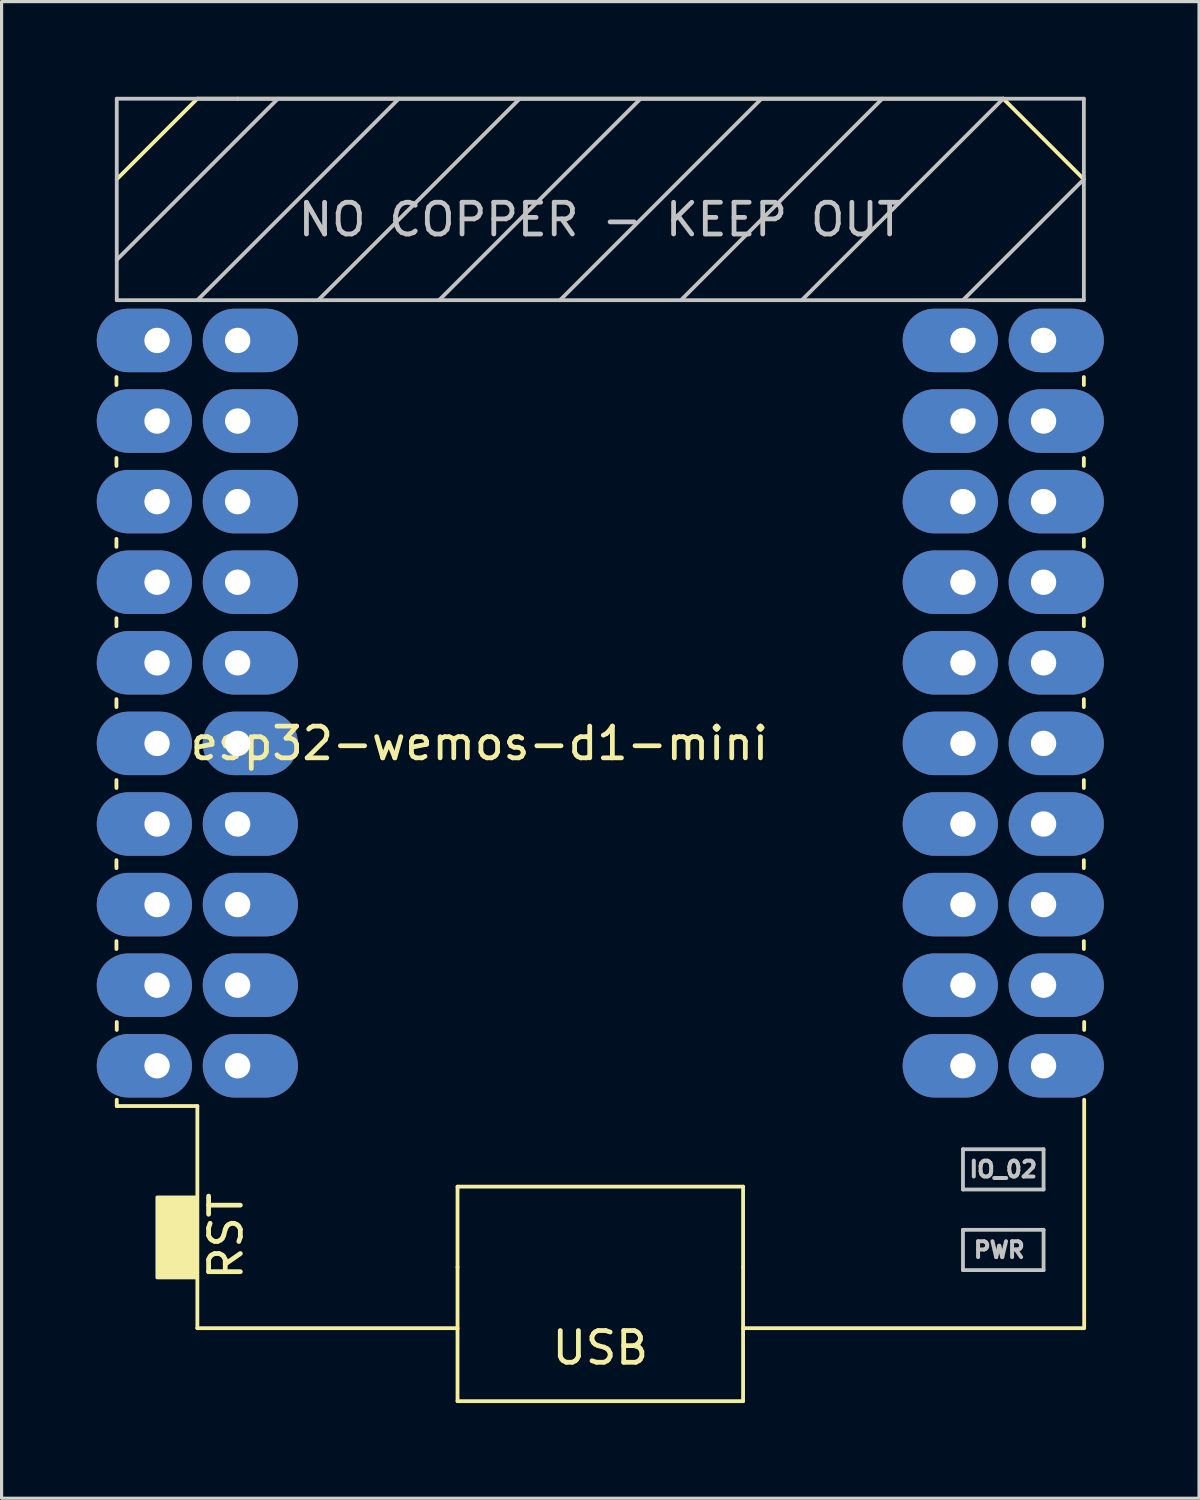
<source format=kicad_pcb>
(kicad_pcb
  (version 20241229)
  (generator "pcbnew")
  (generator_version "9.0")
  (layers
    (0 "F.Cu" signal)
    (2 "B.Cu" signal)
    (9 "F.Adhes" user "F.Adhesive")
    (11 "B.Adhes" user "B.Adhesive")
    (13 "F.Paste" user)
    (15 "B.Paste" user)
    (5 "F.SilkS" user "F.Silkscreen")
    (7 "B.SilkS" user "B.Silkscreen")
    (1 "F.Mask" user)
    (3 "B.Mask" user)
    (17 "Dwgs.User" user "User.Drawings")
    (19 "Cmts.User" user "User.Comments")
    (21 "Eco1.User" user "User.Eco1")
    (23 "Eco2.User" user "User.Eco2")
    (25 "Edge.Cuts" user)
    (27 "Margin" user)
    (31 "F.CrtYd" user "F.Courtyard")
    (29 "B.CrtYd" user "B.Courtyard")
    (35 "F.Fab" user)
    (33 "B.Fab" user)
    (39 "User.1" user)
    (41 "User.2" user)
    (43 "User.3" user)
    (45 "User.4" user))
  (footprint "esp32-wemos-d1-mini"
    (layer "F.Cu")
    (at 15.87 19.11)
    (property "Reference" "esp32-wemos-d1-mini" (at -3.81 1.27 0) (layer "F.SilkS") (effects (font (size 1 1) (thickness 0.15))))
    (attr through_hole)
    (fp_line (start -15.25 -10.025) (end -15.25 -10.275) (stroke (width 0.12) (type solid)) (layer "F.SilkS"))
    (fp_line (start -15.25 -7.475) (end -15.25 -7.725) (stroke (width 0.12) (type solid)) (layer "F.SilkS"))
    (fp_line (start -15.25 -4.925) (end -15.25 -5.175) (stroke (width 0.12) (type solid)) (layer "F.SilkS"))
    (fp_line (start -15.25 -2.425) (end -15.25 -2.675) (stroke (width 0.12) (type solid)) (layer "F.SilkS"))
    (fp_line (start -15.25 0.125) (end -15.25 -0.125) (stroke (width 0.12) (type solid)) (layer "F.SilkS"))
    (fp_line (start -15.25 2.675) (end -15.25 2.425) (stroke (width 0.12) (type solid)) (layer "F.SilkS"))
    (fp_line (start -15.25 5.2) (end -15.25 4.95) (stroke (width 0.12) (type solid)) (layer "F.SilkS"))
    (fp_line (start -15.25 7.75) (end -15.25 7.5) (stroke (width 0.12) (type solid)) (layer "F.SilkS"))
    (fp_line (start -15.24 10.3) (end -15.24 10.05) (stroke (width 0.12) (type solid)) (layer "F.SilkS"))
    (fp_line (start -15.24 12.5) (end -15.24 12.7) (stroke (width 0.12) (type solid)) (layer "F.SilkS"))
    (fp_line (start -15.24 12.7) (end -12.7 12.7) (stroke (width 0.12) (type solid)) (layer "F.SilkS"))
    (fp_line (start -12.7 -19.05) (end -15.24 -16.51) (stroke (width 0.12) (type solid)) (layer "F.SilkS"))
    (fp_line (start -12.7 -19.05) (end -11.43 -19.05) (stroke (width 0.12) (type solid)) (layer "F.SilkS"))
    (fp_line (start -12.7 12.7) (end -12.7 19.7) (stroke (width 0.12) (type solid)) (layer "F.SilkS"))
    (fp_line (start -12.7 19.7) (end -4.5 19.7) (stroke (width 0.12) (type solid)) (layer "F.SilkS"))
    (fp_line (start -4.5 15.24) (end 4.5 15.24) (stroke (width 0.12) (type solid)) (layer "F.SilkS"))
    (fp_line (start -4.5 17.78) (end -4.5 15.24) (stroke (width 0.12) (type solid)) (layer "F.SilkS"))
    (fp_line (start -4.5 17.78) (end -4.5 22) (stroke (width 0.12) (type solid)) (layer "F.SilkS"))
    (fp_line (start -4.5 22) (end 4.5 22) (stroke (width 0.12) (type solid)) (layer "F.SilkS"))
    (fp_line (start 4.5 15.24) (end 4.5 17.78) (stroke (width 0.12) (type solid)) (layer "F.SilkS"))
    (fp_line (start 4.5 19.7) (end 15.24 19.7) (stroke (width 0.12) (type solid)) (layer "F.SilkS"))
    (fp_line (start 4.5 22) (end 4.5 17.78) (stroke (width 0.12) (type solid)) (layer "F.SilkS"))
    (fp_line (start 12.7 -19.05) (end -11.43 -19.05) (stroke (width 0.12) (type solid)) (layer "F.SilkS"))
    (fp_line (start 12.7 -19.05) (end 15.24 -16.51) (stroke (width 0.12) (type solid)) (layer "F.SilkS"))
    (fp_line (start 15.24 -10.025) (end 15.24 -10.275) (stroke (width 0.12) (type solid)) (layer "F.SilkS"))
    (fp_line (start 15.24 -7.475) (end 15.24 -7.725) (stroke (width 0.12) (type solid)) (layer "F.SilkS"))
    (fp_line (start 15.24 -4.925) (end 15.24 -5.175) (stroke (width 0.12) (type solid)) (layer "F.SilkS"))
    (fp_line (start 15.24 -2.425) (end 15.24 -2.675) (stroke (width 0.12) (type solid)) (layer "F.SilkS"))
    (fp_line (start 15.24 0.125) (end 15.24 -0.125) (stroke (width 0.12) (type solid)) (layer "F.SilkS"))
    (fp_line (start 15.24 2.675) (end 15.24 2.425) (stroke (width 0.12) (type solid)) (layer "F.SilkS"))
    (fp_line (start 15.24 5.2) (end 15.24 4.95) (stroke (width 0.12) (type solid)) (layer "F.SilkS"))
    (fp_line (start 15.24 7.75) (end 15.24 7.5) (stroke (width 0.12) (type solid)) (layer "F.SilkS"))
    (fp_line (start 15.25 10.3) (end 15.25 10.05) (stroke (width 0.12) (type solid)) (layer "F.SilkS"))
    (fp_line (start 15.25 12.5) (end 15.25 19.7) (stroke (width 0.12) (type solid)) (layer "F.SilkS"))
    (fp_poly (pts (xy -13.97 18.11) (xy -13.97 15.57) (xy -12.7 15.57) (xy -12.7 18.11)) (stroke (width 0.1) (type solid)) (fill yes) (layer "F.SilkS"))
    (fp_line (start -15.24 -19.05) (end -15.24 -12.7) (stroke (width 0.12) (type solid)) (layer "Dwgs.User"))
    (fp_line (start -15.24 -12.7) (end 15.24 -12.7) (stroke (width 0.12) (type solid)) (layer "Dwgs.User"))
    (fp_line (start -10.16 -19.05) (end -15.24 -13.97) (stroke (width 0.12) (type solid)) (layer "Dwgs.User"))
    (fp_line (start -6.35 -19.05) (end -12.7 -12.7) (stroke (width 0.12) (type solid)) (layer "Dwgs.User"))
    (fp_line (start -2.54 -19.05) (end -8.89 -12.7) (stroke (width 0.12) (type solid)) (layer "Dwgs.User"))
    (fp_line (start 1.27 -19.05) (end -5.08 -12.7) (stroke (width 0.12) (type solid)) (layer "Dwgs.User"))
    (fp_line (start 5.08 -19.05) (end -1.27 -12.7) (stroke (width 0.12) (type solid)) (layer "Dwgs.User"))
    (fp_line (start 8.89 -19.05) (end 2.54 -12.7) (stroke (width 0.12) (type solid)) (layer "Dwgs.User"))
    (fp_line (start 11.43 14.06) (end 11.43 15.33) (stroke (width 0.12) (type solid)) (layer "Dwgs.User"))
    (fp_line (start 11.43 15.33) (end 13.97 15.33) (stroke (width 0.12) (type solid)) (layer "Dwgs.User"))
    (fp_line (start 11.43 16.6) (end 13.97 16.6) (stroke (width 0.12) (type solid)) (layer "Dwgs.User"))
    (fp_line (start 11.43 17.87) (end 11.43 16.6) (stroke (width 0.12) (type solid)) (layer "Dwgs.User"))
    (fp_line (start 12.7 -19.05) (end 6.35 -12.7) (stroke (width 0.12) (type solid)) (layer "Dwgs.User"))
    (fp_line (start 13.97 14.06) (end 11.43 14.06) (stroke (width 0.12) (type solid)) (layer "Dwgs.User"))
    (fp_line (start 13.97 15.33) (end 13.97 14.06) (stroke (width 0.12) (type solid)) (layer "Dwgs.User"))
    (fp_line (start 13.97 16.6) (end 13.97 17.87) (stroke (width 0.12) (type solid)) (layer "Dwgs.User"))
    (fp_line (start 13.97 17.87) (end 11.43 17.87) (stroke (width 0.12) (type solid)) (layer "Dwgs.User"))
    (fp_line (start 15.24 -19.05) (end -15.24 -19.05) (stroke (width 0.12) (type solid)) (layer "Dwgs.User"))
    (fp_line (start 15.24 -16.51) (end 11.43 -12.7) (stroke (width 0.12) (type solid)) (layer "Dwgs.User"))
    (fp_line (start 15.24 -12.7) (end 15.24 -19.05) (stroke (width 0.12) (type solid)) (layer "Dwgs.User"))
    (fp_text user "USB" (at 0 20.32 0) (layer "F.SilkS") (effects (font (size 1 1) (thickness 0.15))))
    (fp_text user "RST" (at -11.8 16.8 90) (layer "F.SilkS") (effects (font (size 1 1) (thickness 0.15))))
    (fp_text user "NO COPPER - KEEP OUT" (at 0 -15.24 0) (layer "Dwgs.User") (effects (font (size 1 1) (thickness 0.15))))
    (fp_text user "PWR" (at 12.573 17.235 0) (layer "Dwgs.User") (effects (font (size 0.5 0.5) (thickness 0.125))))
    (fp_text user "IO_02" (at 12.7 14.695 0) (layer "Dwgs.User") (effects (font (size 0.5 0.5) (thickness 0.125))))
    (pad "1" thru_hole oval (at -13.97 -11.43 270) (size 2 3) (drill 0.8 (offset 0 0.4)) (layers "*.Cu" "*.Mask"))
    (pad "2" thru_hole oval (at -11.43 -11.43 270) (size 2 3) (drill 0.8 (offset 0 -0.4)) (layers "*.Cu" "*.Mask"))
    (pad "3" thru_hole oval (at -13.97 -8.89 270) (size 2 3) (drill 0.8 (offset 0 0.4)) (layers "*.Cu" "*.Mask"))
    (pad "4" thru_hole oval (at -11.43 -8.89 270) (size 2 3) (drill 0.8 (offset 0 -0.4)) (layers "*.Cu" "*.Mask"))
    (pad "5" thru_hole oval (at -13.97 -6.35 270) (size 2 3) (drill 0.8 (offset 0 0.4)) (layers "*.Cu" "*.Mask"))
    (pad "6" thru_hole oval (at -11.43 -6.35 270) (size 2 3) (drill 0.8 (offset 0 -0.4)) (layers "*.Cu" "*.Mask"))
    (pad "7" thru_hole oval (at -13.97 -3.81 270) (size 2 3) (drill 0.8 (offset 0 0.4)) (layers "*.Cu" "*.Mask"))
    (pad "8" thru_hole oval (at -11.43 -3.81 270) (size 2 3) (drill 0.8 (offset 0 -0.4)) (layers "*.Cu" "*.Mask"))
    (pad "9" thru_hole oval (at -13.97 -1.27 270) (size 2 3) (drill 0.8 (offset 0 0.4)) (layers "*.Cu" "*.Mask"))
    (pad "10" thru_hole oval (at -11.43 -1.27 270) (size 2 3) (drill 0.8 (offset 0 -0.4)) (layers "*.Cu" "*.Mask"))
    (pad "11" thru_hole oval (at -13.97 1.27 270) (size 2 3) (drill 0.8 (offset 0 0.4)) (layers "*.Cu" "*.Mask"))
    (pad "12" thru_hole oval (at -11.43 1.27 270) (size 2 3) (drill 0.8 (offset 0 -0.4)) (layers "*.Cu" "*.Mask"))
    (pad "13" thru_hole oval (at -13.97 3.81 270) (size 2 3) (drill 0.8 (offset 0 0.4)) (layers "*.Cu" "*.Mask"))
    (pad "14" thru_hole oval (at -11.43 3.81 270) (size 2 3) (drill 0.8 (offset 0 -0.4)) (layers "*.Cu" "*.Mask"))
    (pad "15" thru_hole oval (at -13.97 6.35 270) (size 2 3) (drill 0.8 (offset 0 0.4)) (layers "*.Cu" "*.Mask"))
    (pad "16" thru_hole oval (at -11.43 6.35 270) (size 2 3) (drill 0.8 (offset 0 -0.4)) (layers "*.Cu" "*.Mask"))
    (pad "17" thru_hole oval (at -13.97 8.89 270) (size 2 3) (drill 0.8 (offset 0 0.4)) (layers "*.Cu" "*.Mask"))
    (pad "18" thru_hole oval (at -11.43 8.89 270) (size 2 3) (drill 0.8 (offset 0 -0.4)) (layers "*.Cu" "*.Mask"))
    (pad "19" thru_hole oval (at -13.97 11.43 270) (size 2 3) (drill 0.8 (offset 0 0.4)) (layers "*.Cu" "*.Mask"))
    (pad "20" thru_hole oval (at -11.43 11.43 270) (size 2 3) (drill 0.8 (offset 0 -0.4)) (layers "*.Cu" "*.Mask"))
    (pad "21" thru_hole oval (at 11.43 -11.43 270) (size 2 3) (drill 0.8 (offset 0 0.4)) (layers "*.Cu" "*.Mask"))
    (pad "22" thru_hole oval (at 13.97 -11.43 270) (size 2 3) (drill 0.8 (offset 0 -0.4)) (layers "*.Cu" "*.Mask"))
    (pad "23" thru_hole oval (at 11.43 -8.89 270) (size 2 3) (drill 0.8 (offset 0 0.4)) (layers "*.Cu" "*.Mask"))
    (pad "24" thru_hole oval (at 13.97 -8.89 270) (size 2 3) (drill 0.8 (offset 0 -0.4)) (layers "*.Cu" "*.Mask"))
    (pad "25" thru_hole oval (at 11.43 -6.35 270) (size 2 3) (drill 0.8 (offset 0 0.4)) (layers "*.Cu" "*.Mask"))
    (pad "26" thru_hole oval (at 13.97 -6.35 270) (size 2 3) (drill 0.8 (offset 0 -0.4)) (layers "*.Cu" "*.Mask"))
    (pad "27" thru_hole oval (at 11.43 -3.81 270) (size 2 3) (drill 0.8 (offset 0 0.4)) (layers "*.Cu" "*.Mask"))
    (pad "28" thru_hole oval (at 13.97 -3.81 270) (size 2 3) (drill 0.8 (offset 0 -0.4)) (layers "*.Cu" "*.Mask"))
    (pad "29" thru_hole oval (at 11.43 -1.27 270) (size 2 3) (drill 0.8 (offset 0 0.4)) (layers "*.Cu" "*.Mask"))
    (pad "30" thru_hole oval (at 13.97 -1.27 270) (size 2 3) (drill 0.8 (offset 0 -0.4)) (layers "*.Cu" "*.Mask"))
    (pad "31" thru_hole oval (at 11.43 1.27 270) (size 2 3) (drill 0.8 (offset 0 0.4)) (layers "*.Cu" "*.Mask"))
    (pad "32" thru_hole oval (at 13.97 1.27 270) (size 2 3) (drill 0.8 (offset 0 -0.4)) (layers "*.Cu" "*.Mask"))
    (pad "33" thru_hole oval (at 11.43 3.81 270) (size 2 3) (drill 0.8 (offset 0 0.4)) (layers "*.Cu" "*.Mask"))
    (pad "34" thru_hole oval (at 13.97 3.81 270) (size 2 3) (drill 0.8 (offset 0 -0.4)) (layers "*.Cu" "*.Mask"))
    (pad "35" thru_hole oval (at 11.43 6.35 270) (size 2 3) (drill 0.8 (offset 0 0.4)) (layers "*.Cu" "*.Mask"))
    (pad "36" thru_hole oval (at 13.97 6.35 270) (size 2 3) (drill 0.8 (offset 0 -0.4)) (layers "*.Cu" "*.Mask"))
    (pad "37" thru_hole oval (at 11.43 8.89 270) (size 2 3) (drill 0.8 (offset 0 0.4)) (layers "*.Cu" "*.Mask"))
    (pad "38" thru_hole oval (at 13.97 8.89 270) (size 2 3) (drill 0.8 (offset 0 -0.4)) (layers "*.Cu" "*.Mask"))
    (pad "39" thru_hole oval (at 11.43 11.43 270) (size 2 3) (drill 0.8 (offset 0 0.4)) (layers "*.Cu" "*.Mask"))
    (pad "40" thru_hole oval (at 13.97 11.43 270) (size 2 3) (drill 0.8 (offset 0 -0.4)) (layers "*.Cu" "*.Mask")))
  (gr_rect
    (start -3 -3)
    (end 34.74 44.17)
    (stroke (width 0.1) (type default))
    (fill no)
    (layer "Edge.Cuts")))
</source>
